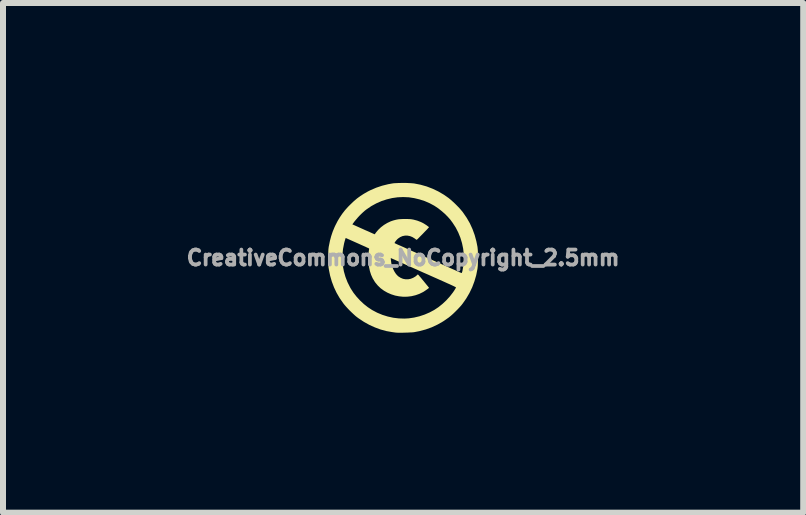
<source format=kicad_pcb>
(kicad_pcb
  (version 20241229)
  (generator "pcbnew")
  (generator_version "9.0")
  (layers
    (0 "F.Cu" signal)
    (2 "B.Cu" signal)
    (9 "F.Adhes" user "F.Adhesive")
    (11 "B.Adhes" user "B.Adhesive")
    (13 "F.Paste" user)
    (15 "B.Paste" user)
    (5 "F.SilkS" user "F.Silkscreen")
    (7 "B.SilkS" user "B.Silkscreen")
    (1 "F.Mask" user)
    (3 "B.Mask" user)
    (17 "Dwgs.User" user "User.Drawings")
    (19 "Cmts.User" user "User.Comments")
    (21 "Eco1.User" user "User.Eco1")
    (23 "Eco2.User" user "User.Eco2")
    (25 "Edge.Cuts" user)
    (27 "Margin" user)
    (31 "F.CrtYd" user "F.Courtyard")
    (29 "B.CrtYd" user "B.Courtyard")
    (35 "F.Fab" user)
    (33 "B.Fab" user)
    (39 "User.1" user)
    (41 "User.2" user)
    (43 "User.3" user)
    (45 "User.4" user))
  (footprint "CreativeCommons_NoCopyright_2.5mm"
    (layer "F.Cu")
    (at 3.67 1.248)
    (property "Reference" "CreativeCommons_NoCopyright_2.5mm" (at 0 0 0) (layer "F.Fab") (effects (font (size 0.25 0.25) (thickness 0.3))))
    (attr board_only exclude_from_pos_files exclude_from_bom)
    (fp_poly (pts (xy 0.055 -1.248) (xy 0.098 -1.246) (xy 0.136 -1.244) (xy 0.168 -1.241) (xy 0.182 -1.24) (xy 0.289 -1.219) (xy 0.392 -1.19) (xy 0.491 -1.152) (xy 0.586 -1.107) (xy 0.678 -1.053) (xy 0.757 -0.998) (xy 0.789 -0.972) (xy 0.825 -0.94) (xy 0.863 -0.905) (xy 0.901 -0.867) (xy 0.937 -0.83) (xy 0.969 -0.793) (xy 0.996 -0.76) (xy 0.998 -0.757) (xy 1.06 -0.667) (xy 1.113 -0.575) (xy 1.157 -0.479) (xy 1.193 -0.38) (xy 1.221 -0.277) (xy 1.24 -0.182) (xy 1.242 -0.163) (xy 1.244 -0.142) (xy 1.246 -0.119) (xy 1.247 -0.092) (xy 1.247 -0.06) (xy 1.248 -0.02) (xy 1.248 0) (xy 1.248 0.043) (xy 1.247 0.079) (xy 1.246 0.108) (xy 1.245 0.132) (xy 1.243 0.154) (xy 1.241 0.173) (xy 1.24 0.182) (xy 1.219 0.289) (xy 1.189 0.392) (xy 1.152 0.491) (xy 1.106 0.587) (xy 1.052 0.679) (xy 0.996 0.759) (xy 0.972 0.79) (xy 0.941 0.825) (xy 0.907 0.861) (xy 0.87 0.898) (xy 0.834 0.933) (xy 0.798 0.965) (xy 0.766 0.991) (xy 0.757 0.998) (xy 0.667 1.06) (xy 0.574 1.113) (xy 0.478 1.158) (xy 0.378 1.194) (xy 0.274 1.222) (xy 0.186 1.239) (xy 0.17 1.241) (xy 0.147 1.243) (xy 0.118 1.244) (xy 0.085 1.246) (xy 0.051 1.247) (xy 0.015 1.248) (xy -0.019 1.249) (xy -0.051 1.249) (xy -0.079 1.249) (xy -0.101 1.248) (xy -0.115 1.247) (xy -0.116 1.247) (xy -0.126 1.246) (xy -0.142 1.244) (xy -0.163 1.241) (xy -0.184 1.238) (xy -0.28 1.221) (xy -0.376 1.195) (xy -0.47 1.16) (xy -0.563 1.118) (xy -0.653 1.068) (xy -0.739 1.011) (xy -0.765 0.992) (xy -0.793 0.97) (xy -0.825 0.941) (xy -0.859 0.909) (xy -0.894 0.875) (xy -0.927 0.84) (xy -0.958 0.806) (xy -0.985 0.774) (xy -0.998 0.757) (xy -1.058 0.671) (xy -1.109 0.583) (xy -1.152 0.492) (xy -1.188 0.397) (xy -1.217 0.297) (xy -1.237 0.197) (xy -1.24 0.179) (xy -1.243 0.162) (xy -1.244 0.146) (xy -1.246 0.127) (xy -1.247 0.106) (xy -1.247 0.079) (xy -1.247 0.047) (xy -1.247 0.041) (xy -1.012 0.041) (xy -1.004 0.135) (xy -0.987 0.227) (xy -0.961 0.318) (xy -0.927 0.406) (xy -0.884 0.492) (xy -0.871 0.515) (xy -0.827 0.583) (xy -0.775 0.649) (xy -0.717 0.712) (xy -0.654 0.771) (xy -0.588 0.823) (xy -0.52 0.868) (xy -0.515 0.871) (xy -0.432 0.915) (xy -0.345 0.951) (xy -0.255 0.979) (xy -0.164 0.999) (xy -0.072 1.01) (xy 0.02 1.013) (xy 0.094 1.009) (xy 0.183 0.996) (xy 0.272 0.975) (xy 0.359 0.946) (xy 0.443 0.91) (xy 0.521 0.868) (xy 0.59 0.822) (xy 0.657 0.768) (xy 0.721 0.708) (xy 0.779 0.644) (xy 0.831 0.577) (xy 0.856 0.54) (xy 0.866 0.523) (xy 0.875 0.508) (xy 0.88 0.497) (xy 0.882 0.493) (xy 0.878 0.49) (xy 0.866 0.484) (xy 0.849 0.475) (xy 0.826 0.464) (xy 0.798 0.451) (xy 0.768 0.437) (xy 0.751 0.43) (xy 0.727 0.419) (xy 0.696 0.405) (xy 0.658 0.388) (xy 0.615 0.369) (xy 0.566 0.347) (xy 0.514 0.324) (xy 0.458 0.299) (xy 0.4 0.273) (xy 0.34 0.247) (xy 0.28 0.22) (xy 0.223 0.194) (xy 0.166 0.169) (xy 0.111 0.144) (xy 0.058 0.121) (xy 0.01 0.099) (xy -0.035 0.079) (xy -0.076 0.061) (xy -0.111 0.046) (xy -0.141 0.032) (xy -0.164 0.022) (xy -0.18 0.015) (xy -0.189 0.011) (xy -0.19 0.01) (xy -0.206 0.004) (xy -0.203 0.04) (xy -0.196 0.092) (xy -0.183 0.142) (xy -0.165 0.189) (xy -0.143 0.232) (xy -0.118 0.27) (xy -0.089 0.301) (xy -0.08 0.309) (xy -0.042 0.333) (xy -0.002 0.35) (xy 0.041 0.358) (xy 0.084 0.358) (xy 0.126 0.35) (xy 0.167 0.334) (xy 0.206 0.311) (xy 0.224 0.296) (xy 0.246 0.276) (xy 0.257 0.287) (xy 0.263 0.293) (xy 0.273 0.306) (xy 0.287 0.322) (xy 0.304 0.342) (xy 0.322 0.365) (xy 0.342 0.388) (xy 0.361 0.412) (xy 0.38 0.435) (xy 0.397 0.456) (xy 0.412 0.474) (xy 0.423 0.488) (xy 0.43 0.497) (xy 0.432 0.5) (xy 0.428 0.504) (xy 0.418 0.513) (xy 0.404 0.523) (xy 0.387 0.535) (xy 0.368 0.548) (xy 0.35 0.56) (xy 0.334 0.57) (xy 0.271 0.601) (xy 0.206 0.624) (xy 0.138 0.64) (xy 0.07 0.648) (xy 0.001 0.649) (xy -0.067 0.642) (xy -0.134 0.629) (xy -0.199 0.608) (xy -0.261 0.581) (xy -0.319 0.548) (xy -0.374 0.508) (xy -0.422 0.462) (xy -0.465 0.41) (xy -0.475 0.395) (xy -0.508 0.34) (xy -0.534 0.282) (xy -0.554 0.219) (xy -0.568 0.151) (xy -0.577 0.077) (xy -0.577 0.073) (xy -0.579 0.039) (xy -0.579 0.002) (xy -0.578 -0.035) (xy -0.576 -0.072) (xy -0.573 -0.104) (xy -0.569 -0.13) (xy -0.568 -0.134) (xy -0.566 -0.146) (xy -0.567 -0.154) (xy -0.567 -0.155) (xy -0.572 -0.158) (xy -0.584 -0.164) (xy -0.603 -0.172) (xy -0.627 -0.184) (xy -0.657 -0.197) (xy -0.691 -0.212) (xy -0.728 -0.229) (xy -0.764 -0.245) (xy -0.957 -0.331) (xy -0.965 -0.308) (xy -0.969 -0.294) (xy -0.975 -0.274) (xy -0.981 -0.251) (xy -0.984 -0.239) (xy -1.002 -0.146) (xy -1.011 -0.052) (xy -1.012 0.041) (xy -1.247 0.041) (xy -1.248 0.008) (xy -1.248 0) (xy -1.247 -0.041) (xy -1.247 -0.074) (xy -1.247 -0.101) (xy -1.246 -0.123) (xy -1.245 -0.142) (xy -1.243 -0.159) (xy -1.241 -0.176) (xy -1.238 -0.194) (xy -1.237 -0.197) (xy -1.22 -0.282) (xy -1.199 -0.361) (xy -1.174 -0.436) (xy -1.143 -0.511) (xy -1.128 -0.543) (xy -1.12 -0.558) (xy -0.846 -0.558) (xy -0.699 -0.492) (xy -0.663 -0.476) (xy -0.628 -0.46) (xy -0.595 -0.446) (xy -0.565 -0.433) (xy -0.54 -0.421) (xy -0.521 -0.413) (xy -0.513 -0.409) (xy -0.473 -0.392) (xy -0.452 -0.422) (xy -0.414 -0.467) (xy -0.369 -0.51) (xy -0.319 -0.548) (xy -0.264 -0.581) (xy -0.207 -0.608) (xy -0.166 -0.622) (xy -0.133 -0.631) (xy -0.102 -0.638) (xy -0.072 -0.643) (xy -0.04 -0.645) (xy -0.003 -0.647) (xy 0.036 -0.647) (xy 0.07 -0.647) (xy 0.097 -0.646) (xy 0.118 -0.645) (xy 0.137 -0.643) (xy 0.155 -0.64) (xy 0.172 -0.637) (xy 0.236 -0.62) (xy 0.296 -0.597) (xy 0.331 -0.58) (xy 0.35 -0.569) (xy 0.37 -0.556) (xy 0.389 -0.544) (xy 0.406 -0.531) (xy 0.42 -0.521) (xy 0.429 -0.513) (xy 0.431 -0.509) (xy 0.427 -0.504) (xy 0.418 -0.495) (xy 0.405 -0.48) (xy 0.388 -0.462) (xy 0.368 -0.442) (xy 0.347 -0.42) (xy 0.325 -0.397) (xy 0.303 -0.375) (xy 0.282 -0.354) (xy 0.264 -0.335) (xy 0.248 -0.319) (xy 0.236 -0.308) (xy 0.229 -0.301) (xy 0.227 -0.3) (xy 0.222 -0.303) (xy 0.211 -0.309) (xy 0.198 -0.319) (xy 0.194 -0.322) (xy 0.155 -0.346) (xy 0.115 -0.362) (xy 0.073 -0.37) (xy 0.031 -0.37) (xy -0.01 -0.362) (xy -0.049 -0.345) (xy -0.084 -0.321) (xy -0.09 -0.316) (xy -0.104 -0.302) (xy -0.117 -0.287) (xy -0.129 -0.272) (xy -0.137 -0.259) (xy -0.142 -0.249) (xy -0.142 -0.245) (xy -0.137 -0.243) (xy -0.125 -0.237) (xy -0.106 -0.228) (xy -0.08 -0.216) (xy -0.047 -0.202) (xy -0.009 -0.185) (xy 0.034 -0.166) (xy 0.081 -0.144) (xy 0.132 -0.121) (xy 0.187 -0.097) (xy 0.245 -0.071) (xy 0.302 -0.045) (xy 0.365 -0.017) (xy 0.427 0.01) (xy 0.488 0.038) (xy 0.547 0.064) (xy 0.604 0.089) (xy 0.657 0.113) (xy 0.706 0.135) (xy 0.75 0.154) (xy 0.788 0.172) (xy 0.82 0.186) (xy 0.845 0.197) (xy 0.857 0.202) (xy 0.887 0.216) (xy 0.914 0.228) (xy 0.938 0.239) (xy 0.957 0.247) (xy 0.97 0.252) (xy 0.976 0.254) (xy 0.976 0.254) (xy 0.979 0.25) (xy 0.983 0.239) (xy 0.988 0.224) (xy 0.989 0.22) (xy 1.005 0.127) (xy 1.012 0.033) (xy 1.011 -0.061) (xy 1.001 -0.154) (xy 0.982 -0.245) (xy 0.955 -0.335) (xy 0.92 -0.421) (xy 0.877 -0.505) (xy 0.825 -0.585) (xy 0.785 -0.639) (xy 0.743 -0.686) (xy 0.695 -0.734) (xy 0.642 -0.78) (xy 0.588 -0.823) (xy 0.533 -0.86) (xy 0.521 -0.868) (xy 0.443 -0.91) (xy 0.36 -0.946) (xy 0.273 -0.974) (xy 0.185 -0.995) (xy 0.096 -1.009) (xy 0.094 -1.009) (xy 0.001 -1.013) (xy -0.091 -1.009) (xy -0.183 -0.996) (xy -0.274 -0.974) (xy -0.362 -0.945) (xy -0.448 -0.907) (xy -0.53 -0.862) (xy -0.609 -0.808) (xy -0.639 -0.785) (xy -0.666 -0.761) (xy -0.697 -0.732) (xy -0.729 -0.7) (xy -0.76 -0.666) (xy -0.788 -0.633) (xy -0.812 -0.604) (xy -0.846 -0.558) (xy -1.12 -0.558) (xy -1.092 -0.613) (xy -1.054 -0.676) (xy -1.014 -0.735) (xy -0.97 -0.792) (xy -0.919 -0.849) (xy -0.884 -0.884) (xy -0.827 -0.939) (xy -0.77 -0.988) (xy -0.713 -1.03) (xy -0.652 -1.069) (xy -0.587 -1.106) (xy -0.543 -1.128) (xy -0.448 -1.169) (xy -0.35 -1.202) (xy -0.249 -1.227) (xy -0.184 -1.239) (xy -0.156 -1.243) (xy -0.12 -1.245) (xy -0.079 -1.247) (xy -0.035 -1.248) (xy 0.01 -1.248)) (stroke (width 0) (type solid)) (fill yes) (layer "F.SilkS")))
  (gr_rect
    (start -3 -3)
    (end 10.34 5.497)
    (stroke (width 0.1) (type default))
    (fill no)
    (layer "Edge.Cuts")))
</source>
